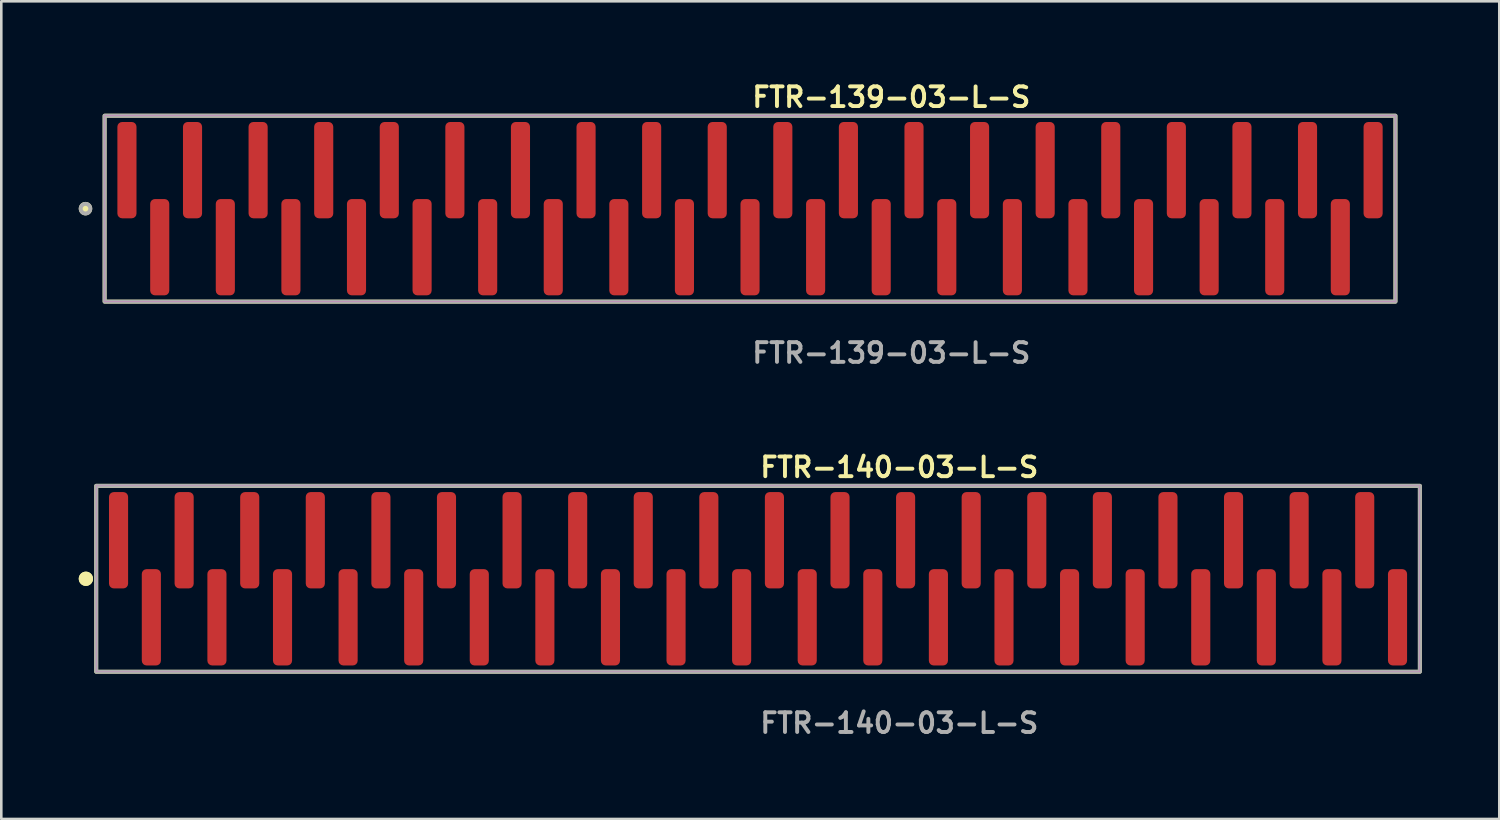
<source format=kicad_pcb>
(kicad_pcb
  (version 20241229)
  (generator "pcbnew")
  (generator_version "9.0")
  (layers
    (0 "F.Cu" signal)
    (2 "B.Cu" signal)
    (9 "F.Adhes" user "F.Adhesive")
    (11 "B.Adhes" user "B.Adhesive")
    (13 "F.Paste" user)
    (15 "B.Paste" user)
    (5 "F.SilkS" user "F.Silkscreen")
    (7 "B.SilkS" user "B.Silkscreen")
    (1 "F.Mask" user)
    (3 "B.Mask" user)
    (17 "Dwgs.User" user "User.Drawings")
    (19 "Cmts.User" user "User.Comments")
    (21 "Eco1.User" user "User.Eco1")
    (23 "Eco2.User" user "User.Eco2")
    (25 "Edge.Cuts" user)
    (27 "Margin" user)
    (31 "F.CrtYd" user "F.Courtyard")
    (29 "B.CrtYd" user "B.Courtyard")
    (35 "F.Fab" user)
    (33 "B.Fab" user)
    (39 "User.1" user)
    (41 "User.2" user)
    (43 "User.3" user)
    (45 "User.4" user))
  (footprint "FTR-140-03-L-S"
    (layer "F.Cu")
    (at 26.306 19.364)
    (property "Reference" "FTR-140-03-L-S" (at 0 -4.318 0) (unlocked yes) (layer "F.SilkS") (effects (font (size 0.762 0.762) (thickness 0.152)) (justify left)))
    (fp_rect (start -25.63 3.6) (end 25.63 -3.6) (stroke (width 0.152) (type solid)) (fill no) (layer "F.SilkS"))
    (fp_circle (center -26.03 0) (end -26.23 0) (stroke (width 0.152) (type solid)) (fill yes) (layer "F.SilkS"))
    (fp_circle (center -26.03 0) (end -26.23 0) (stroke (width 0.152) (type solid)) (fill yes) (layer "F.SilkS"))
    (fp_rect (start -25.63 3.6) (end 25.63 -3.6) (stroke (width 0.006) (type solid)) (fill no) (layer "F.CrtYd"))
    (fp_rect (start -25.63 3.6) (end 25.63 -3.6) (stroke (width 0.152) (type solid)) (fill no) (layer "F.Fab"))
    (fp_text user "${REFERENCE}" (at 0 5.588 0) (unlocked yes) (layer "F.Fab") (effects (font (size 0.762 0.762) (thickness 0.152)) (justify left)))
    (pad "1" smd roundrect (at -24.765 -1.492) (size 0.74 3.73) (layers "F.Cu" "F.Paste") (roundrect_rratio 0.25))
    (pad "2" smd roundrect (at -23.495 1.492) (size 0.74 3.73) (layers "F.Cu" "F.Paste") (roundrect_rratio 0.25))
    (pad "3" smd roundrect (at -22.225 -1.492) (size 0.74 3.73) (layers "F.Cu" "F.Paste") (roundrect_rratio 0.25))
    (pad "4" smd roundrect (at -20.955 1.492) (size 0.74 3.73) (layers "F.Cu" "F.Paste") (roundrect_rratio 0.25))
    (pad "5" smd roundrect (at -19.685 -1.492) (size 0.74 3.73) (layers "F.Cu" "F.Paste") (roundrect_rratio 0.25))
    (pad "6" smd roundrect (at -18.415 1.492) (size 0.74 3.73) (layers "F.Cu" "F.Paste") (roundrect_rratio 0.25))
    (pad "7" smd roundrect (at -17.145 -1.492) (size 0.74 3.73) (layers "F.Cu" "F.Paste") (roundrect_rratio 0.25))
    (pad "8" smd roundrect (at -15.875 1.492) (size 0.74 3.73) (layers "F.Cu" "F.Paste") (roundrect_rratio 0.25))
    (pad "9" smd roundrect (at -14.605 -1.492) (size 0.74 3.73) (layers "F.Cu" "F.Paste") (roundrect_rratio 0.25))
    (pad "10" smd roundrect (at -13.335 1.492) (size 0.74 3.73) (layers "F.Cu" "F.Paste") (roundrect_rratio 0.25))
    (pad "11" smd roundrect (at -12.065 -1.492) (size 0.74 3.73) (layers "F.Cu" "F.Paste") (roundrect_rratio 0.25))
    (pad "12" smd roundrect (at -10.795 1.492) (size 0.74 3.73) (layers "F.Cu" "F.Paste") (roundrect_rratio 0.25))
    (pad "13" smd roundrect (at -9.525 -1.492) (size 0.74 3.73) (layers "F.Cu" "F.Paste") (roundrect_rratio 0.25))
    (pad "14" smd roundrect (at -8.255 1.492) (size 0.74 3.73) (layers "F.Cu" "F.Paste") (roundrect_rratio 0.25))
    (pad "15" smd roundrect (at -6.985 -1.492) (size 0.74 3.73) (layers "F.Cu" "F.Paste") (roundrect_rratio 0.25))
    (pad "16" smd roundrect (at -5.715 1.492) (size 0.74 3.73) (layers "F.Cu" "F.Paste") (roundrect_rratio 0.25))
    (pad "17" smd roundrect (at -4.445 -1.492) (size 0.74 3.73) (layers "F.Cu" "F.Paste") (roundrect_rratio 0.25))
    (pad "18" smd roundrect (at -3.175 1.492) (size 0.74 3.73) (layers "F.Cu" "F.Paste") (roundrect_rratio 0.25))
    (pad "19" smd roundrect (at -1.905 -1.492) (size 0.74 3.73) (layers "F.Cu" "F.Paste") (roundrect_rratio 0.25))
    (pad "20" smd roundrect (at -0.635 1.492) (size 0.74 3.73) (layers "F.Cu" "F.Paste") (roundrect_rratio 0.25))
    (pad "21" smd roundrect (at 0.635 -1.492) (size 0.74 3.73) (layers "F.Cu" "F.Paste") (roundrect_rratio 0.25))
    (pad "22" smd roundrect (at 1.905 1.492) (size 0.74 3.73) (layers "F.Cu" "F.Paste") (roundrect_rratio 0.25))
    (pad "23" smd roundrect (at 3.175 -1.492) (size 0.74 3.73) (layers "F.Cu" "F.Paste") (roundrect_rratio 0.25))
    (pad "24" smd roundrect (at 4.445 1.492) (size 0.74 3.73) (layers "F.Cu" "F.Paste") (roundrect_rratio 0.25))
    (pad "25" smd roundrect (at 5.715 -1.492) (size 0.74 3.73) (layers "F.Cu" "F.Paste") (roundrect_rratio 0.25))
    (pad "26" smd roundrect (at 6.985 1.492) (size 0.74 3.73) (layers "F.Cu" "F.Paste") (roundrect_rratio 0.25))
    (pad "27" smd roundrect (at 8.255 -1.492) (size 0.74 3.73) (layers "F.Cu" "F.Paste") (roundrect_rratio 0.25))
    (pad "28" smd roundrect (at 9.525 1.492) (size 0.74 3.73) (layers "F.Cu" "F.Paste") (roundrect_rratio 0.25))
    (pad "29" smd roundrect (at 10.795 -1.492) (size 0.74 3.73) (layers "F.Cu" "F.Paste") (roundrect_rratio 0.25))
    (pad "30" smd roundrect (at 12.065 1.492) (size 0.74 3.73) (layers "F.Cu" "F.Paste") (roundrect_rratio 0.25))
    (pad "31" smd roundrect (at 13.335 -1.492) (size 0.74 3.73) (layers "F.Cu" "F.Paste") (roundrect_rratio 0.25))
    (pad "32" smd roundrect (at 14.605 1.492) (size 0.74 3.73) (layers "F.Cu" "F.Paste") (roundrect_rratio 0.25))
    (pad "33" smd roundrect (at 15.875 -1.492) (size 0.74 3.73) (layers "F.Cu" "F.Paste") (roundrect_rratio 0.25))
    (pad "34" smd roundrect (at 17.145 1.492) (size 0.74 3.73) (layers "F.Cu" "F.Paste") (roundrect_rratio 0.25))
    (pad "35" smd roundrect (at 18.415 -1.492) (size 0.74 3.73) (layers "F.Cu" "F.Paste") (roundrect_rratio 0.25))
    (pad "36" smd roundrect (at 19.685 1.492) (size 0.74 3.73) (layers "F.Cu" "F.Paste") (roundrect_rratio 0.25))
    (pad "37" smd roundrect (at 20.955 -1.492) (size 0.74 3.73) (layers "F.Cu" "F.Paste") (roundrect_rratio 0.25))
    (pad "38" smd roundrect (at 22.225 1.492) (size 0.74 3.73) (layers "F.Cu" "F.Paste") (roundrect_rratio 0.25))
    (pad "39" smd roundrect (at 23.495 -1.492) (size 0.74 3.73) (layers "F.Cu" "F.Paste") (roundrect_rratio 0.25))
    (pad "40" smd roundrect (at 24.765 1.492) (size 0.74 3.73) (layers "F.Cu" "F.Paste") (roundrect_rratio 0.25)))
  (footprint "FTR-139-03-L-S"
    (layer "F.Cu")
    (at 25.996 5.031)
    (property "Reference" "FTR-139-03-L-S" (at 0 -4.318 0) (unlocked yes) (layer "F.SilkS") (effects (font (size 0.762 0.762) (thickness 0.152)) (justify left)))
    (fp_rect (start -24.995 3.6) (end 24.995 -3.6) (stroke (width 0.152) (type solid)) (fill no) (layer "F.SilkS"))
    (fp_circle (center -25.735 0) (end -25.92 0) (stroke (width 0.152) (type solid)) (fill yes) (layer "F.SilkS"))
    (fp_rect (start -24.995 3.6) (end 24.995 -3.6) (stroke (width 0.006) (type solid)) (fill no) (layer "F.CrtYd"))
    (fp_rect (start -24.995 3.6) (end 24.995 -3.6) (stroke (width 0.152) (type solid)) (fill no) (layer "F.Fab"))
    (fp_circle (center -25.735 0) (end -25.92 0) (stroke (width 0.152) (type solid)) (fill no) (layer "F.Fab"))
    (fp_text user "${REFERENCE}" (at 0 5.588 0) (unlocked yes) (layer "F.Fab") (effects (font (size 0.762 0.762) (thickness 0.152)) (justify left)))
    (pad "1" smd roundrect (at -24.13 -1.492) (size 0.74 3.73) (layers "F.Cu" "F.Paste") (roundrect_rratio 0.25))
    (pad "2" smd roundrect (at -22.86 1.492) (size 0.74 3.73) (layers "F.Cu" "F.Paste") (roundrect_rratio 0.25))
    (pad "3" smd roundrect (at -21.59 -1.492) (size 0.74 3.73) (layers "F.Cu" "F.Paste") (roundrect_rratio 0.25))
    (pad "4" smd roundrect (at -20.32 1.492) (size 0.74 3.73) (layers "F.Cu" "F.Paste") (roundrect_rratio 0.25))
    (pad "5" smd roundrect (at -19.05 -1.492) (size 0.74 3.73) (layers "F.Cu" "F.Paste") (roundrect_rratio 0.25))
    (pad "6" smd roundrect (at -17.78 1.492) (size 0.74 3.73) (layers "F.Cu" "F.Paste") (roundrect_rratio 0.25))
    (pad "7" smd roundrect (at -16.51 -1.492) (size 0.74 3.73) (layers "F.Cu" "F.Paste") (roundrect_rratio 0.25))
    (pad "8" smd roundrect (at -15.24 1.492) (size 0.74 3.73) (layers "F.Cu" "F.Paste") (roundrect_rratio 0.25))
    (pad "9" smd roundrect (at -13.97 -1.492) (size 0.74 3.73) (layers "F.Cu" "F.Paste") (roundrect_rratio 0.25))
    (pad "10" smd roundrect (at -12.7 1.492) (size 0.74 3.73) (layers "F.Cu" "F.Paste") (roundrect_rratio 0.25))
    (pad "11" smd roundrect (at -11.43 -1.492) (size 0.74 3.73) (layers "F.Cu" "F.Paste") (roundrect_rratio 0.25))
    (pad "12" smd roundrect (at -10.16 1.492) (size 0.74 3.73) (layers "F.Cu" "F.Paste") (roundrect_rratio 0.25))
    (pad "13" smd roundrect (at -8.89 -1.492) (size 0.74 3.73) (layers "F.Cu" "F.Paste") (roundrect_rratio 0.25))
    (pad "14" smd roundrect (at -7.62 1.492) (size 0.74 3.73) (layers "F.Cu" "F.Paste") (roundrect_rratio 0.25))
    (pad "15" smd roundrect (at -6.35 -1.492) (size 0.74 3.73) (layers "F.Cu" "F.Paste") (roundrect_rratio 0.25))
    (pad "16" smd roundrect (at -5.08 1.492) (size 0.74 3.73) (layers "F.Cu" "F.Paste") (roundrect_rratio 0.25))
    (pad "17" smd roundrect (at -3.81 -1.492) (size 0.74 3.73) (layers "F.Cu" "F.Paste") (roundrect_rratio 0.25))
    (pad "18" smd roundrect (at -2.54 1.492) (size 0.74 3.73) (layers "F.Cu" "F.Paste") (roundrect_rratio 0.25))
    (pad "19" smd roundrect (at -1.27 -1.492) (size 0.74 3.73) (layers "F.Cu" "F.Paste") (roundrect_rratio 0.25))
    (pad "20" smd roundrect (at 0 1.492) (size 0.74 3.73) (layers "F.Cu" "F.Paste") (roundrect_rratio 0.25))
    (pad "21" smd roundrect (at 1.27 -1.492) (size 0.74 3.73) (layers "F.Cu" "F.Paste") (roundrect_rratio 0.25))
    (pad "22" smd roundrect (at 2.54 1.492) (size 0.74 3.73) (layers "F.Cu" "F.Paste") (roundrect_rratio 0.25))
    (pad "23" smd roundrect (at 3.81 -1.492) (size 0.74 3.73) (layers "F.Cu" "F.Paste") (roundrect_rratio 0.25))
    (pad "24" smd roundrect (at 5.08 1.492) (size 0.74 3.73) (layers "F.Cu" "F.Paste") (roundrect_rratio 0.25))
    (pad "25" smd roundrect (at 6.35 -1.492) (size 0.74 3.73) (layers "F.Cu" "F.Paste") (roundrect_rratio 0.25))
    (pad "26" smd roundrect (at 7.62 1.492) (size 0.74 3.73) (layers "F.Cu" "F.Paste") (roundrect_rratio 0.25))
    (pad "27" smd roundrect (at 8.89 -1.492) (size 0.74 3.73) (layers "F.Cu" "F.Paste") (roundrect_rratio 0.25))
    (pad "28" smd roundrect (at 10.16 1.492) (size 0.74 3.73) (layers "F.Cu" "F.Paste") (roundrect_rratio 0.25))
    (pad "29" smd roundrect (at 11.43 -1.492) (size 0.74 3.73) (layers "F.Cu" "F.Paste") (roundrect_rratio 0.25))
    (pad "30" smd roundrect (at 12.7 1.492) (size 0.74 3.73) (layers "F.Cu" "F.Paste") (roundrect_rratio 0.25))
    (pad "31" smd roundrect (at 13.97 -1.492) (size 0.74 3.73) (layers "F.Cu" "F.Paste") (roundrect_rratio 0.25))
    (pad "32" smd roundrect (at 15.24 1.492) (size 0.74 3.73) (layers "F.Cu" "F.Paste") (roundrect_rratio 0.25))
    (pad "33" smd roundrect (at 16.51 -1.492) (size 0.74 3.73) (layers "F.Cu" "F.Paste") (roundrect_rratio 0.25))
    (pad "34" smd roundrect (at 17.78 1.492) (size 0.74 3.73) (layers "F.Cu" "F.Paste") (roundrect_rratio 0.25))
    (pad "35" smd roundrect (at 19.05 -1.492) (size 0.74 3.73) (layers "F.Cu" "F.Paste") (roundrect_rratio 0.25))
    (pad "36" smd roundrect (at 20.32 1.492) (size 0.74 3.73) (layers "F.Cu" "F.Paste") (roundrect_rratio 0.25))
    (pad "37" smd roundrect (at 21.59 -1.492) (size 0.74 3.73) (layers "F.Cu" "F.Paste") (roundrect_rratio 0.25))
    (pad "38" smd roundrect (at 22.86 1.492) (size 0.74 3.73) (layers "F.Cu" "F.Paste") (roundrect_rratio 0.25))
    (pad "39" smd roundrect (at 24.13 -1.492) (size 0.74 3.73) (layers "F.Cu" "F.Paste") (roundrect_rratio 0.25)))
  (gr_rect
    (start -3 -3)
    (end 55.012 28.665)
    (stroke (width 0.1) (type default))
    (fill no)
    (layer "Edge.Cuts")))
</source>
